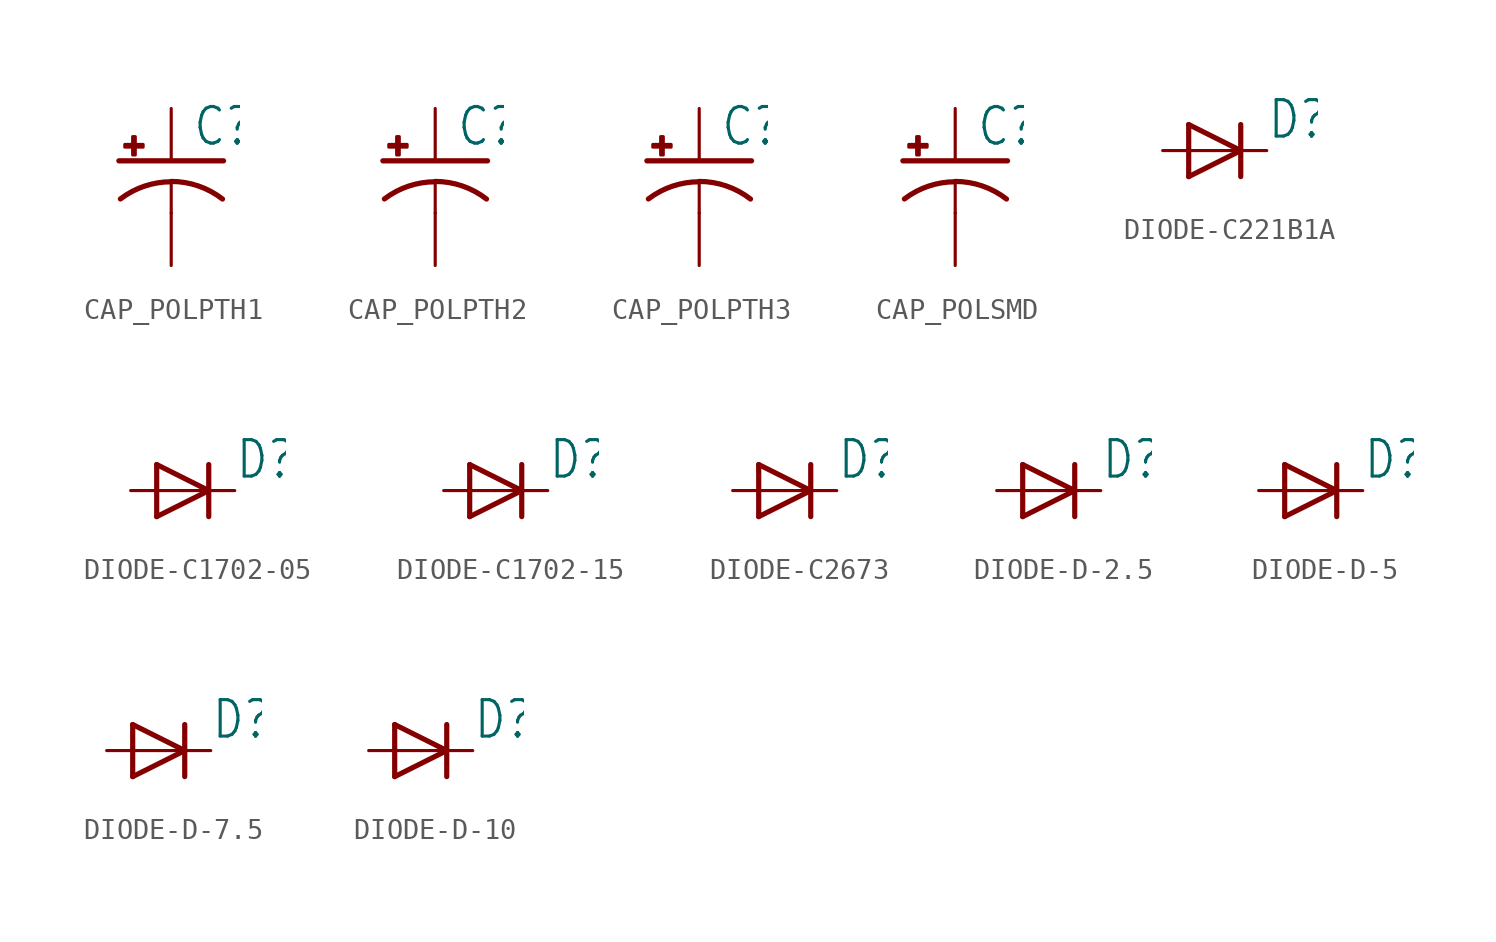
<source format=kicad_sym>
(kicad_symbol_lib
  (version 20220914)
  (generator kicad_symbol_editor)
  (symbol "CAP_POLPTH1"
    (property "Reference" "C"
      (at 1.016 0.635 0)
      (effects (font (size 1.778 1.511)) (justify left bottom)))
    (property "Value" ""
      (at 1.016 -4.191 0)
      (effects (font (size 1.778 1.511)) (justify left bottom)))
    (property "ki_locked" ""
      (at 0 0 0)
      (effects (font (size 1.27 1.27))))
    (symbol "CAP_POLPTH1_1_0"
      (rectangle (start -2.253 0.668) (end -1.364 0.795) (stroke (width 0) (type default)) (fill (type outline)))
      (rectangle (start -1.872 0.287) (end -1.745 1.176) (stroke (width 0) (type default)) (fill (type outline)))
      (arc (start 0 -1.0161) (mid -1.3021 -1.2303) (end -2.4669 -1.8504) (stroke (width 0.254) (type solid)) (fill (type none)))
      (polyline (pts (xy -2.54 0) (xy 2.54 0)) (stroke (width 0.254) (type solid)) (fill (type none)))
      (polyline (pts (xy 0 -1.016) (xy 0 -2.54)) (stroke (width 0.152) (type solid)) (fill (type none)))
      (arc (start 2.4892 -1.8541) (mid 1.3158 -1.2194) (end 0 -1) (stroke (width 0.254) (type solid)) (fill (type none)))
      (pin passive line (at 0 2.54 270) (length 2.54) (name "+" (effects (font (size 0 0)))) (number "1" (effects (font (size 0 0)))))
      (pin passive line (at 0 -5.08 90) (length 2.54) (name "-" (effects (font (size 0 0)))) (number "2" (effects (font (size 0 0)))))))
  (symbol "CAP_POLPTH2"
    (property "Reference" "C"
      (at 1.016 0.635 0)
      (effects (font (size 1.778 1.511)) (justify left bottom)))
    (property "Value" ""
      (at 1.016 -4.191 0)
      (effects (font (size 1.778 1.511)) (justify left bottom)))
    (property "ki_locked" ""
      (at 0 0 0)
      (effects (font (size 1.27 1.27))))
    (symbol "CAP_POLPTH2_1_0"
      (rectangle (start -2.253 0.668) (end -1.364 0.795) (stroke (width 0) (type default)) (fill (type outline)))
      (rectangle (start -1.872 0.287) (end -1.745 1.176) (stroke (width 0) (type default)) (fill (type outline)))
      (arc (start 0 -1.0161) (mid -1.3021 -1.2303) (end -2.4669 -1.8504) (stroke (width 0.254) (type solid)) (fill (type none)))
      (polyline (pts (xy -2.54 0) (xy 2.54 0)) (stroke (width 0.254) (type solid)) (fill (type none)))
      (polyline (pts (xy 0 -1.016) (xy 0 -2.54)) (stroke (width 0.152) (type solid)) (fill (type none)))
      (arc (start 2.4892 -1.8541) (mid 1.3158 -1.2194) (end 0 -1) (stroke (width 0.254) (type solid)) (fill (type none)))
      (pin passive line (at 0 2.54 270) (length 2.54) (name "+" (effects (font (size 0 0)))) (number "1" (effects (font (size 0 0)))))
      (pin passive line (at 0 -5.08 90) (length 2.54) (name "-" (effects (font (size 0 0)))) (number "2" (effects (font (size 0 0)))))))
  (symbol "CAP_POLPTH3"
    (property "Reference" "C"
      (at 1.016 0.635 0)
      (effects (font (size 1.778 1.511)) (justify left bottom)))
    (property "Value" ""
      (at 1.016 -4.191 0)
      (effects (font (size 1.778 1.511)) (justify left bottom)))
    (property "ki_locked" ""
      (at 0 0 0)
      (effects (font (size 1.27 1.27))))
    (symbol "CAP_POLPTH3_1_0"
      (rectangle (start -2.253 0.668) (end -1.364 0.795) (stroke (width 0) (type default)) (fill (type outline)))
      (rectangle (start -1.872 0.287) (end -1.745 1.176) (stroke (width 0) (type default)) (fill (type outline)))
      (arc (start 0 -1.0161) (mid -1.3021 -1.2303) (end -2.4669 -1.8504) (stroke (width 0.254) (type solid)) (fill (type none)))
      (polyline (pts (xy -2.54 0) (xy 2.54 0)) (stroke (width 0.254) (type solid)) (fill (type none)))
      (polyline (pts (xy 0 -1.016) (xy 0 -2.54)) (stroke (width 0.152) (type solid)) (fill (type none)))
      (arc (start 2.4892 -1.8541) (mid 1.3158 -1.2194) (end 0 -1) (stroke (width 0.254) (type solid)) (fill (type none)))
      (pin passive line (at 0 2.54 270) (length 2.54) (name "+" (effects (font (size 0 0)))) (number "1" (effects (font (size 0 0)))))
      (pin passive line (at 0 -5.08 90) (length 2.54) (name "-" (effects (font (size 0 0)))) (number "2" (effects (font (size 0 0)))))))
  (symbol "CAP_POLSMD"
    (property "Reference" "C"
      (at 1.016 0.635 0)
      (effects (font (size 1.778 1.511)) (justify left bottom)))
    (property "Value" ""
      (at 1.016 -4.191 0)
      (effects (font (size 1.778 1.511)) (justify left bottom)))
    (property "ki_locked" ""
      (at 0 0 0)
      (effects (font (size 1.27 1.27))))
    (symbol "CAP_POLSMD_1_0"
      (rectangle (start -2.253 0.668) (end -1.364 0.795) (stroke (width 0) (type default)) (fill (type outline)))
      (rectangle (start -1.872 0.287) (end -1.745 1.176) (stroke (width 0) (type default)) (fill (type outline)))
      (arc (start 0 -1.0161) (mid -1.3021 -1.2303) (end -2.4669 -1.8504) (stroke (width 0.254) (type solid)) (fill (type none)))
      (polyline (pts (xy -2.54 0) (xy 2.54 0)) (stroke (width 0.254) (type solid)) (fill (type none)))
      (polyline (pts (xy 0 -1.016) (xy 0 -2.54)) (stroke (width 0.152) (type solid)) (fill (type none)))
      (arc (start 2.4892 -1.8541) (mid 1.3158 -1.2194) (end 0 -1) (stroke (width 0.254) (type solid)) (fill (type none)))
      (pin passive line (at 0 2.54 270) (length 2.54) (name "+" (effects (font (size 0 0)))) (number "+" (effects (font (size 0 0)))))
      (pin passive line (at 0 -5.08 90) (length 2.54) (name "-" (effects (font (size 0 0)))) (number "-" (effects (font (size 0 0)))))))
  (symbol "DIODE-C221B1A"
    (property "Reference" "D"
      (at 2.54 0.483 0)
      (effects (font (size 1.778 1.511)) (justify left bottom)))
    (property "Value" ""
      (at 2.54 -2.311 0)
      (effects (font (size 1.778 1.511)) (justify left bottom)))
    (property "ki_locked" ""
      (at 0 0 0)
      (effects (font (size 1.27 1.27))))
    (symbol "DIODE-C221B1A_1_0"
      (polyline (pts (xy -1.27 -1.27) (xy 1.27 0)) (stroke (width 0.254) (type solid)) (fill (type none)))
      (polyline (pts (xy -1.27 1.27) (xy -1.27 -1.27)) (stroke (width 0.254) (type solid)) (fill (type none)))
      (polyline (pts (xy 1.27 0) (xy -1.27 1.27)) (stroke (width 0.254) (type solid)) (fill (type none)))
      (polyline (pts (xy 1.27 0) (xy 1.27 -1.27)) (stroke (width 0.254) (type solid)) (fill (type none)))
      (polyline (pts (xy 1.27 1.27) (xy 1.27 0)) (stroke (width 0.254) (type solid)) (fill (type none)))
      (pin passive line (at -2.54 0 0) (length 2.54) (name "A" (effects (font (size 0 0)))) (number "A" (effects (font (size 0 0)))))
      (pin passive line (at 2.54 0 180) (length 2.54) (name "C" (effects (font (size 0 0)))) (number "C" (effects (font (size 0 0)))))))
  (symbol "DIODE-C1702-05"
    (property "Reference" "D"
      (at 2.54 0.483 0)
      (effects (font (size 1.778 1.511)) (justify left bottom)))
    (property "Value" ""
      (at 2.54 -2.311 0)
      (effects (font (size 1.778 1.511)) (justify left bottom)))
    (property "ki_locked" ""
      (at 0 0 0)
      (effects (font (size 1.27 1.27))))
    (symbol "DIODE-C1702-05_1_0"
      (polyline (pts (xy -1.27 -1.27) (xy 1.27 0)) (stroke (width 0.254) (type solid)) (fill (type none)))
      (polyline (pts (xy -1.27 1.27) (xy -1.27 -1.27)) (stroke (width 0.254) (type solid)) (fill (type none)))
      (polyline (pts (xy 1.27 0) (xy -1.27 1.27)) (stroke (width 0.254) (type solid)) (fill (type none)))
      (polyline (pts (xy 1.27 0) (xy 1.27 -1.27)) (stroke (width 0.254) (type solid)) (fill (type none)))
      (polyline (pts (xy 1.27 1.27) (xy 1.27 0)) (stroke (width 0.254) (type solid)) (fill (type none)))
      (pin passive line (at -2.54 0 0) (length 2.54) (name "A" (effects (font (size 0 0)))) (number "A" (effects (font (size 0 0)))))
      (pin passive line (at 2.54 0 180) (length 2.54) (name "C" (effects (font (size 0 0)))) (number "C" (effects (font (size 0 0)))))))
  (symbol "DIODE-C1702-15"
    (property "Reference" "D"
      (at 2.54 0.483 0)
      (effects (font (size 1.778 1.511)) (justify left bottom)))
    (property "Value" ""
      (at 2.54 -2.311 0)
      (effects (font (size 1.778 1.511)) (justify left bottom)))
    (property "ki_locked" ""
      (at 0 0 0)
      (effects (font (size 1.27 1.27))))
    (symbol "DIODE-C1702-15_1_0"
      (polyline (pts (xy -1.27 -1.27) (xy 1.27 0)) (stroke (width 0.254) (type solid)) (fill (type none)))
      (polyline (pts (xy -1.27 1.27) (xy -1.27 -1.27)) (stroke (width 0.254) (type solid)) (fill (type none)))
      (polyline (pts (xy 1.27 0) (xy -1.27 1.27)) (stroke (width 0.254) (type solid)) (fill (type none)))
      (polyline (pts (xy 1.27 0) (xy 1.27 -1.27)) (stroke (width 0.254) (type solid)) (fill (type none)))
      (polyline (pts (xy 1.27 1.27) (xy 1.27 0)) (stroke (width 0.254) (type solid)) (fill (type none)))
      (pin passive line (at -2.54 0 0) (length 2.54) (name "A" (effects (font (size 0 0)))) (number "A" (effects (font (size 0 0)))))
      (pin passive line (at 2.54 0 180) (length 2.54) (name "C" (effects (font (size 0 0)))) (number "C" (effects (font (size 0 0)))))))
  (symbol "DIODE-C2673"
    (property "Reference" "D"
      (at 2.54 0.483 0)
      (effects (font (size 1.778 1.511)) (justify left bottom)))
    (property "Value" ""
      (at 2.54 -2.311 0)
      (effects (font (size 1.778 1.511)) (justify left bottom)))
    (property "ki_locked" ""
      (at 0 0 0)
      (effects (font (size 1.27 1.27))))
    (symbol "DIODE-C2673_1_0"
      (polyline (pts (xy -1.27 -1.27) (xy 1.27 0)) (stroke (width 0.254) (type solid)) (fill (type none)))
      (polyline (pts (xy -1.27 1.27) (xy -1.27 -1.27)) (stroke (width 0.254) (type solid)) (fill (type none)))
      (polyline (pts (xy 1.27 0) (xy -1.27 1.27)) (stroke (width 0.254) (type solid)) (fill (type none)))
      (polyline (pts (xy 1.27 0) (xy 1.27 -1.27)) (stroke (width 0.254) (type solid)) (fill (type none)))
      (polyline (pts (xy 1.27 1.27) (xy 1.27 0)) (stroke (width 0.254) (type solid)) (fill (type none)))
      (pin passive line (at -2.54 0 0) (length 2.54) (name "A" (effects (font (size 0 0)))) (number "A" (effects (font (size 0 0)))))
      (pin passive line (at 2.54 0 180) (length 2.54) (name "C" (effects (font (size 0 0)))) (number "C" (effects (font (size 0 0)))))))
  (symbol "DIODE-D-2.5"
    (property "Reference" "D"
      (at 2.54 0.483 0)
      (effects (font (size 1.778 1.511)) (justify left bottom)))
    (property "Value" ""
      (at 2.54 -2.311 0)
      (effects (font (size 1.778 1.511)) (justify left bottom)))
    (property "ki_locked" ""
      (at 0 0 0)
      (effects (font (size 1.27 1.27))))
    (symbol "DIODE-D-2.5_1_0"
      (polyline (pts (xy -1.27 -1.27) (xy 1.27 0)) (stroke (width 0.254) (type solid)) (fill (type none)))
      (polyline (pts (xy -1.27 1.27) (xy -1.27 -1.27)) (stroke (width 0.254) (type solid)) (fill (type none)))
      (polyline (pts (xy 1.27 0) (xy -1.27 1.27)) (stroke (width 0.254) (type solid)) (fill (type none)))
      (polyline (pts (xy 1.27 0) (xy 1.27 -1.27)) (stroke (width 0.254) (type solid)) (fill (type none)))
      (polyline (pts (xy 1.27 1.27) (xy 1.27 0)) (stroke (width 0.254) (type solid)) (fill (type none)))
      (pin passive line (at -2.54 0 0) (length 2.54) (name "A" (effects (font (size 0 0)))) (number "A" (effects (font (size 0 0)))))
      (pin passive line (at 2.54 0 180) (length 2.54) (name "C" (effects (font (size 0 0)))) (number "C" (effects (font (size 0 0)))))))
  (symbol "DIODE-D-5"
    (property "Reference" "D"
      (at 2.54 0.483 0)
      (effects (font (size 1.778 1.511)) (justify left bottom)))
    (property "Value" ""
      (at 2.54 -2.311 0)
      (effects (font (size 1.778 1.511)) (justify left bottom)))
    (property "ki_locked" ""
      (at 0 0 0)
      (effects (font (size 1.27 1.27))))
    (symbol "DIODE-D-5_1_0"
      (polyline (pts (xy -1.27 -1.27) (xy 1.27 0)) (stroke (width 0.254) (type solid)) (fill (type none)))
      (polyline (pts (xy -1.27 1.27) (xy -1.27 -1.27)) (stroke (width 0.254) (type solid)) (fill (type none)))
      (polyline (pts (xy 1.27 0) (xy -1.27 1.27)) (stroke (width 0.254) (type solid)) (fill (type none)))
      (polyline (pts (xy 1.27 0) (xy 1.27 -1.27)) (stroke (width 0.254) (type solid)) (fill (type none)))
      (polyline (pts (xy 1.27 1.27) (xy 1.27 0)) (stroke (width 0.254) (type solid)) (fill (type none)))
      (pin passive line (at -2.54 0 0) (length 2.54) (name "A" (effects (font (size 0 0)))) (number "A" (effects (font (size 0 0)))))
      (pin passive line (at 2.54 0 180) (length 2.54) (name "C" (effects (font (size 0 0)))) (number "C" (effects (font (size 0 0)))))))
  (symbol "DIODE-D-7.5"
    (property "Reference" "D"
      (at 2.54 0.483 0)
      (effects (font (size 1.778 1.511)) (justify left bottom)))
    (property "Value" ""
      (at 2.54 -2.311 0)
      (effects (font (size 1.778 1.511)) (justify left bottom)))
    (property "ki_locked" ""
      (at 0 0 0)
      (effects (font (size 1.27 1.27))))
    (symbol "DIODE-D-7.5_1_0"
      (polyline (pts (xy -1.27 -1.27) (xy 1.27 0)) (stroke (width 0.254) (type solid)) (fill (type none)))
      (polyline (pts (xy -1.27 1.27) (xy -1.27 -1.27)) (stroke (width 0.254) (type solid)) (fill (type none)))
      (polyline (pts (xy 1.27 0) (xy -1.27 1.27)) (stroke (width 0.254) (type solid)) (fill (type none)))
      (polyline (pts (xy 1.27 0) (xy 1.27 -1.27)) (stroke (width 0.254) (type solid)) (fill (type none)))
      (polyline (pts (xy 1.27 1.27) (xy 1.27 0)) (stroke (width 0.254) (type solid)) (fill (type none)))
      (pin passive line (at -2.54 0 0) (length 2.54) (name "A" (effects (font (size 0 0)))) (number "A" (effects (font (size 0 0)))))
      (pin passive line (at 2.54 0 180) (length 2.54) (name "C" (effects (font (size 0 0)))) (number "C" (effects (font (size 0 0)))))))
  (symbol "DIODE-D-10"
    (property "Reference" "D"
      (at 2.54 0.483 0)
      (effects (font (size 1.778 1.511)) (justify left bottom)))
    (property "Value" ""
      (at 2.54 -2.311 0)
      (effects (font (size 1.778 1.511)) (justify left bottom)))
    (property "ki_locked" ""
      (at 0 0 0)
      (effects (font (size 1.27 1.27))))
    (symbol "DIODE-D-10_1_0"
      (polyline (pts (xy -1.27 -1.27) (xy 1.27 0)) (stroke (width 0.254) (type solid)) (fill (type none)))
      (polyline (pts (xy -1.27 1.27) (xy -1.27 -1.27)) (stroke (width 0.254) (type solid)) (fill (type none)))
      (polyline (pts (xy 1.27 0) (xy -1.27 1.27)) (stroke (width 0.254) (type solid)) (fill (type none)))
      (polyline (pts (xy 1.27 0) (xy 1.27 -1.27)) (stroke (width 0.254) (type solid)) (fill (type none)))
      (polyline (pts (xy 1.27 1.27) (xy 1.27 0)) (stroke (width 0.254) (type solid)) (fill (type none)))
      (pin passive line (at -2.54 0 0) (length 2.54) (name "A" (effects (font (size 0 0)))) (number "A" (effects (font (size 0 0)))))
      (pin passive line (at 2.54 0 180) (length 2.54) (name "C" (effects (font (size 0 0)))) (number "C" (effects (font (size 0 0))))))))
</source>
